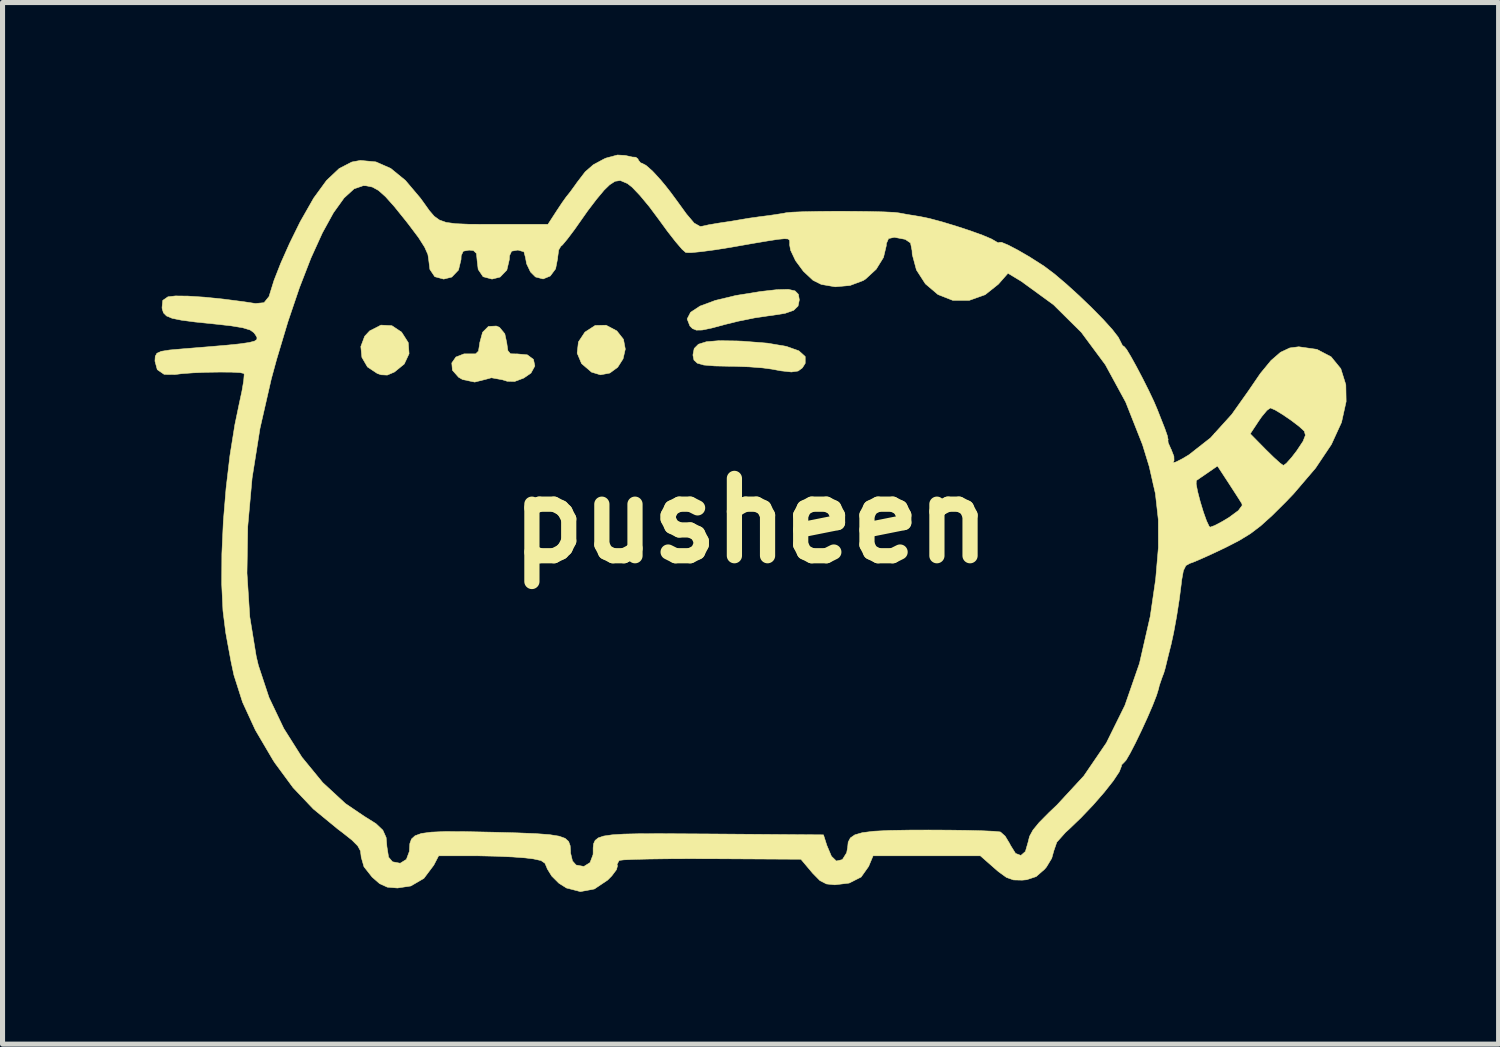
<source format=kicad_pcb>
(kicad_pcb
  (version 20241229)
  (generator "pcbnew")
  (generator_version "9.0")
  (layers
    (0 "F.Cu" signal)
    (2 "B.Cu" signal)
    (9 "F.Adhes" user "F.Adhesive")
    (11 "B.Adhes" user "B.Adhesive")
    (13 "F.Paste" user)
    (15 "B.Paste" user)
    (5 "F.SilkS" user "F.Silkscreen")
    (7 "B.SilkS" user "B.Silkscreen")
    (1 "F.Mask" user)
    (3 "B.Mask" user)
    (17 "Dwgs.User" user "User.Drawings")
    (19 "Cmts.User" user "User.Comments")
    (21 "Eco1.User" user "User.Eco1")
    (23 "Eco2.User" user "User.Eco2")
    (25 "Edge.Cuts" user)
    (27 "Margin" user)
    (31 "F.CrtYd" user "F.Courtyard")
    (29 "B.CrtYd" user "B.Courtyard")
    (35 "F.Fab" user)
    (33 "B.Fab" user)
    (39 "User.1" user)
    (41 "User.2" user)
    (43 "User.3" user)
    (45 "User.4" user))
  (footprint "pusheen"
    (layer "F.Cu")
    (at 11.752 7.214)
    (property "Reference" "pusheen" (at 0 0 0) (layer "F.SilkS") (effects (font (size 1.524 1.524) (thickness 0.3))))
    (attr through_hole)
    (fp_poly (pts (xy -2.644 -3.742) (xy -2.513 -3.576) (xy -2.477 -3.383) (xy -2.521 -3.191) (xy -2.627 -3.025) (xy -2.782 -2.911) (xy -2.967 -2.876) (xy -3.143 -2.929) (xy -3.339 -3.097) (xy -3.426 -3.304) (xy -3.401 -3.524) (xy -3.273 -3.718) (xy -3.071 -3.849) (xy -2.856 -3.854) (xy -2.644 -3.742)) (stroke (width 0.01) (type solid)) (fill yes) (layer "F.SilkS"))
    (fp_poly (pts (xy -7.078 -3.845) (xy -6.887 -3.718) (xy -6.755 -3.511) (xy -6.739 -3.292) (xy -6.834 -3.089) (xy -7.028 -2.931) (xy -7.169 -2.871) (xy -7.289 -2.877) (xy -7.366 -2.903) (xy -7.559 -3.031) (xy -7.669 -3.22) (xy -7.69 -3.434) (xy -7.614 -3.637) (xy -7.516 -3.742) (xy -7.293 -3.856) (xy -7.078 -3.845)) (stroke (width 0.01) (type solid)) (fill yes) (layer "F.SilkS"))
    (fp_poly (pts (xy 0.868 -4.531) (xy 0.935 -4.463) (xy 0.953 -4.354) (xy 0.928 -4.232) (xy 0.841 -4.147) (xy 0.672 -4.088) (xy 0.4 -4.045) (xy 0.339 -4.038) (xy 0.064 -3.997) (xy -0.255 -3.932) (xy -0.502 -3.871) (xy -0.779 -3.797) (xy -0.962 -3.759) (xy -1.078 -3.757) (xy -1.153 -3.788) (xy -1.204 -3.839) (xy -1.258 -3.977) (xy -1.19 -4.109) (xy -1.004 -4.231) (xy -0.705 -4.342) (xy -0.298 -4.44) (xy 0.187 -4.518) (xy 0.513 -4.555) (xy 0.734 -4.561) (xy 0.868 -4.531)) (stroke (width 0.01) (type solid)) (fill yes) (layer "F.SilkS"))
    (fp_poly (pts (xy -0.281 -3.544) (xy -0.163 -3.539) (xy 0.327 -3.5) (xy 0.697 -3.437) (xy 0.944 -3.349) (xy 1.069 -3.237) (xy 1.069 -3.102) (xy 1.013 -3.013) (xy 0.929 -2.951) (xy 0.797 -2.932) (xy 0.589 -2.955) (xy 0.413 -2.988) (xy 0.228 -3.013) (xy -0.034 -3.033) (xy -0.323 -3.044) (xy -0.392 -3.044) (xy -0.714 -3.051) (xy -0.93 -3.069) (xy -1.059 -3.106) (xy -1.124 -3.167) (xy -1.143 -3.258) (xy -1.143 -3.275) (xy -1.119 -3.396) (xy -1.036 -3.479) (xy -0.88 -3.528) (xy -0.633 -3.549) (xy -0.281 -3.544)) (stroke (width 0.01) (type solid)) (fill yes) (layer "F.SilkS"))
    (fp_poly (pts (xy -4.957 -3.812) (xy -4.852 -3.685) (xy -4.814 -3.508) (xy -4.792 -3.353) (xy -4.741 -3.291) (xy -4.629 -3.288) (xy -4.614 -3.289) (xy -4.408 -3.27) (xy -4.287 -3.18) (xy -4.26 -3.05) (xy -4.336 -2.911) (xy -4.479 -2.812) (xy -4.658 -2.745) (xy -4.805 -2.749) (xy -4.901 -2.779) (xy -5.116 -2.818) (xy -5.211 -2.792) (xy -5.445 -2.733) (xy -5.684 -2.783) (xy -5.764 -2.829) (xy -5.885 -2.967) (xy -5.897 -3.11) (xy -5.816 -3.227) (xy -5.656 -3.289) (xy -5.546 -3.289) (xy -5.427 -3.289) (xy -5.371 -3.344) (xy -5.348 -3.488) (xy -5.346 -3.508) (xy -5.29 -3.715) (xy -5.175 -3.83) (xy -5.019 -3.838) (xy -4.957 -3.812)) (stroke (width 0.01) (type solid)) (fill yes) (layer "F.SilkS"))
    (fp_poly (pts (xy -2.477 -7.2) (xy -2.34 -7.169) (xy -2.27 -7.165) (xy -2.224 -7.128) (xy -2.223 -7.112) (xy -2.173 -7.052) (xy -2.152 -7.048) (xy -2.07 -7.005) (xy -1.944 -6.895) (xy -1.882 -6.829) (xy -1.777 -6.713) (xy -1.687 -6.605) (xy -1.588 -6.479) (xy -1.461 -6.307) (xy -1.282 -6.06) (xy -1.271 -6.045) (xy -1.12 -5.867) (xy -1.003 -5.801) (xy -0.966 -5.804) (xy -0.834 -5.833) (xy -0.645 -5.865) (xy -0.601 -5.872) (xy -0.392 -5.903) (xy -0.211 -5.934) (xy -0.188 -5.938) (xy -0.026 -5.965) (xy 0.188 -5.995) (xy 0.254 -6.003) (xy 0.466 -6.032) (xy 0.649 -6.061) (xy 0.689 -6.07) (xy 0.814 -6.082) (xy 1.037 -6.091) (xy 1.33 -6.097) (xy 1.663 -6.1) (xy 2.008 -6.099) (xy 2.336 -6.095) (xy 2.618 -6.088) (xy 2.826 -6.078) (xy 2.918 -6.067) (xy 3.086 -6.036) (xy 3.295 -6.002) (xy 3.327 -5.997) (xy 3.516 -5.958) (xy 3.767 -5.891) (xy 4.047 -5.806) (xy 4.324 -5.715) (xy 4.565 -5.628) (xy 4.738 -5.555) (xy 4.801 -5.519) (xy 4.874 -5.476) (xy 4.889 -5.486) (xy 4.939 -5.488) (xy 5.071 -5.433) (xy 5.262 -5.333) (xy 5.49 -5.201) (xy 5.73 -5.048) (xy 5.789 -5.009) (xy 5.984 -4.862) (xy 6.217 -4.664) (xy 6.468 -4.436) (xy 6.717 -4.197) (xy 6.942 -3.968) (xy 7.123 -3.768) (xy 7.239 -3.618) (xy 7.269 -3.56) (xy 7.322 -3.455) (xy 7.36 -3.429) (xy 7.404 -3.376) (xy 7.488 -3.236) (xy 7.598 -3.037) (xy 7.72 -2.805) (xy 7.839 -2.568) (xy 7.941 -2.353) (xy 8.01 -2.191) (xy 8.066 -2.048) (xy 8.14 -1.861) (xy 8.154 -1.826) (xy 8.206 -1.678) (xy 8.223 -1.594) (xy 8.218 -1.588) (xy 8.223 -1.539) (xy 8.275 -1.42) (xy 8.283 -1.405) (xy 8.336 -1.269) (xy 8.339 -1.185) (xy 8.337 -1.183) (xy 8.314 -1.141) (xy 8.379 -1.159) (xy 8.512 -1.227) (xy 8.633 -1.3) (xy 9.06 -1.635) (xy 9.131 -1.714) (xy 9.841 -1.714) (xy 10.143 -1.407) (xy 10.302 -1.251) (xy 10.428 -1.137) (xy 10.493 -1.09) (xy 10.552 -1.131) (xy 10.658 -1.25) (xy 10.758 -1.38) (xy 10.882 -1.567) (xy 10.928 -1.686) (xy 10.907 -1.764) (xy 10.905 -1.767) (xy 10.807 -1.857) (xy 10.654 -1.974) (xy 10.483 -2.091) (xy 10.332 -2.183) (xy 10.24 -2.222) (xy 10.236 -2.223) (xy 10.169 -2.174) (xy 10.066 -2.05) (xy 10.009 -1.968) (xy 9.841 -1.714) (xy 9.131 -1.714) (xy 9.476 -2.095) (xy 9.798 -2.549) (xy 10.041 -2.904) (xy 10.249 -3.157) (xy 10.437 -3.32) (xy 10.62 -3.406) (xy 10.797 -3.429) (xy 11.155 -3.378) (xy 11.434 -3.232) (xy 11.626 -2.997) (xy 11.725 -2.68) (xy 11.731 -2.35) (xy 11.64 -1.939) (xy 11.44 -1.503) (xy 11.127 -1.036) (xy 10.697 -0.533) (xy 10.541 -0.37) (xy 10.268 -0.099) (xy 10.046 0.101) (xy 9.843 0.255) (xy 9.627 0.387) (xy 9.365 0.522) (xy 9.359 0.525) (xy 9.1 0.648) (xy 8.872 0.751) (xy 8.707 0.821) (xy 8.65 0.84) (xy 8.572 0.884) (xy 8.523 0.984) (xy 8.489 1.172) (xy 8.481 1.247) (xy 8.442 1.55) (xy 8.389 1.89) (xy 8.331 2.208) (xy 8.283 2.429) (xy 8.225 2.659) (xy 8.174 2.869) (xy 8.161 2.921) (xy 8.133 3.015) (xy 8.125 3.032) (xy 8.1 3.098) (xy 8.096 3.111) (xy 8.07 3.186) (xy 8.068 3.191) (xy 8.046 3.258) (xy 8.035 3.31) (xy 7.994 3.442) (xy 7.916 3.642) (xy 7.812 3.883) (xy 7.695 4.138) (xy 7.578 4.38) (xy 7.473 4.583) (xy 7.394 4.719) (xy 7.354 4.763) (xy 7.305 4.812) (xy 7.303 4.836) (xy 7.259 4.949) (xy 7.14 5.128) (xy 6.963 5.352) (xy 6.746 5.601) (xy 6.506 5.853) (xy 6.26 6.089) (xy 6.201 6.142) (xy 6.028 6.336) (xy 5.969 6.506) (xy 5.928 6.653) (xy 5.825 6.824) (xy 5.788 6.868) (xy 5.621 7.014) (xy 5.433 7.076) (xy 5.345 7.084) (xy 5.176 7.08) (xy 5.036 7.031) (xy 4.877 6.916) (xy 4.802 6.851) (xy 4.521 6.604) (xy 2.407 6.604) (xy 2.319 6.814) (xy 2.171 7.023) (xy 1.935 7.142) (xy 1.653 7.176) (xy 1.488 7.159) (xy 1.359 7.093) (xy 1.217 6.949) (xy 1.196 6.924) (xy 0.984 6.672) (xy -0.772 6.662) (xy -1.234 6.661) (xy -1.655 6.663) (xy -2.019 6.668) (xy -2.309 6.675) (xy -2.507 6.684) (xy -2.597 6.695) (xy -2.599 6.696) (xy -2.64 6.774) (xy -2.631 6.802) (xy -2.651 6.877) (xy -2.744 7.001) (xy -2.825 7.083) (xy -3.086 7.258) (xy -3.362 7.31) (xy -3.637 7.239) (xy -3.787 7.144) (xy -3.927 7.004) (xy -4.016 6.86) (xy -4.024 6.836) (xy -4.061 6.751) (xy -4.138 6.698) (xy -4.288 6.665) (xy -4.453 6.645) (xy -4.694 6.627) (xy -5.009 6.613) (xy -5.346 6.605) (xy -5.5 6.604) (xy -6.156 6.604) (xy -6.252 6.789) (xy -6.447 7.049) (xy -6.704 7.199) (xy -6.968 7.239) (xy -7.169 7.222) (xy -7.321 7.152) (xy -7.468 7.023) (xy -7.628 6.82) (xy -7.683 6.629) (xy -7.684 6.613) (xy -7.697 6.508) (xy -7.75 6.41) (xy -7.863 6.296) (xy -8.056 6.143) (xy -8.144 6.077) (xy -8.626 5.681) (xy -9.025 5.261) (xy -9.385 4.772) (xy -9.422 4.715) (xy -9.769 4.125) (xy -10.021 3.577) (xy -10.191 3.044) (xy -10.248 2.778) (xy -10.277 2.62) (xy -10.319 2.394) (xy -10.353 2.206) (xy -10.407 1.776) (xy -10.432 1.25) (xy -10.431 1.033) (xy -9.934 1.033) (xy -9.879 1.892) (xy -9.752 2.671) (xy -9.71 2.849) (xy -9.5 3.483) (xy -9.209 4.094) (xy -8.851 4.661) (xy -8.441 5.161) (xy -7.994 5.574) (xy -7.625 5.824) (xy -7.392 5.97) (xy -7.256 6.099) (xy -7.191 6.244) (xy -7.176 6.422) (xy -7.143 6.631) (xy -7.066 6.722) (xy -6.914 6.751) (xy -6.792 6.675) (xy -6.733 6.516) (xy -6.731 6.478) (xy -6.724 6.363) (xy -6.692 6.274) (xy -6.621 6.209) (xy -6.497 6.164) (xy -6.306 6.138) (xy -6.034 6.126) (xy -5.666 6.127) (xy -5.188 6.137) (xy -5.088 6.139) (xy -4.608 6.152) (xy -4.241 6.167) (xy -3.971 6.187) (xy -3.783 6.217) (xy -3.663 6.26) (xy -3.595 6.321) (xy -3.564 6.404) (xy -3.556 6.511) (xy -3.556 6.549) (xy -3.518 6.706) (xy -3.447 6.786) (xy -3.294 6.814) (xy -3.172 6.738) (xy -3.113 6.582) (xy -3.111 6.55) (xy -3.111 6.448) (xy -3.102 6.366) (xy -3.072 6.301) (xy -3.01 6.251) (xy -2.903 6.215) (xy -2.739 6.191) (xy -2.506 6.176) (xy -2.192 6.169) (xy -1.785 6.168) (xy -1.273 6.171) (xy -0.762 6.174) (xy 1.429 6.191) (xy 1.495 6.398) (xy 1.586 6.613) (xy 1.683 6.707) (xy 1.791 6.682) (xy 1.807 6.67) (xy 1.886 6.544) (xy 1.905 6.441) (xy 1.916 6.334) (xy 1.959 6.252) (xy 2.047 6.191) (xy 2.195 6.148) (xy 2.418 6.12) (xy 2.729 6.104) (xy 3.143 6.097) (xy 3.501 6.096) (xy 3.903 6.098) (xy 4.264 6.103) (xy 4.566 6.111) (xy 4.787 6.121) (xy 4.907 6.133) (xy 4.918 6.135) (xy 5.01 6.217) (xy 5.1 6.366) (xy 5.113 6.394) (xy 5.215 6.557) (xy 5.32 6.597) (xy 5.409 6.519) (xy 5.461 6.339) (xy 5.491 6.22) (xy 5.558 6.097) (xy 5.679 5.949) (xy 5.87 5.756) (xy 6.032 5.602) (xy 6.56 5.031) (xy 7.005 4.379) (xy 7.37 3.64) (xy 7.658 2.81) (xy 7.87 1.884) (xy 7.977 1.149) (xy 8.03 0.528) (xy 8.029 -0.019) (xy 7.971 -0.537) (xy 7.928 -0.723) (xy 8.775 -0.723) (xy 8.804 -0.573) (xy 8.855 -0.377) (xy 8.917 -0.173) (xy 8.979 0.001) (xy 9.03 0.109) (xy 9.049 0.127) (xy 9.138 0.095) (xy 9.293 0.013) (xy 9.421 -0.064) (xy 9.606 -0.2) (xy 9.681 -0.301) (xy 9.677 -0.334) (xy 9.619 -0.427) (xy 9.516 -0.587) (xy 9.413 -0.746) (xy 9.195 -1.079) (xy 8.995 -0.941) (xy 8.862 -0.85) (xy 8.784 -0.796) (xy 8.778 -0.792) (xy 8.775 -0.723) (xy 7.928 -0.723) (xy 7.85 -1.068) (xy 7.718 -1.498) (xy 7.386 -2.338) (xy 6.985 -3.075) (xy 6.512 -3.713) (xy 5.961 -4.259) (xy 5.33 -4.718) (xy 5.279 -4.749) (xy 5.066 -4.878) (xy 4.876 -4.662) (xy 4.616 -4.455) (xy 4.304 -4.344) (xy 3.977 -4.344) (xy 3.977 -4.344) (xy 3.685 -4.459) (xy 3.438 -4.669) (xy 3.261 -4.944) (xy 3.178 -5.253) (xy 3.175 -5.325) (xy 3.145 -5.475) (xy 3.041 -5.546) (xy 3.032 -5.548) (xy 2.826 -5.587) (xy 2.712 -5.562) (xy 2.669 -5.464) (xy 2.667 -5.421) (xy 2.612 -5.19) (xy 2.468 -4.957) (xy 2.261 -4.766) (xy 2.212 -4.734) (xy 1.952 -4.637) (xy 1.66 -4.611) (xy 1.386 -4.658) (xy 1.222 -4.74) (xy 1.034 -4.916) (xy 0.878 -5.127) (xy 0.781 -5.332) (xy 0.762 -5.437) (xy 0.764 -5.492) (xy 0.759 -5.531) (xy 0.73 -5.554) (xy 0.661 -5.559) (xy 0.534 -5.547) (xy 0.334 -5.516) (xy 0.042 -5.467) (xy -0.356 -5.397) (xy -0.39 -5.391) (xy -0.701 -5.341) (xy -0.971 -5.305) (xy -1.174 -5.285) (xy -1.281 -5.286) (xy -1.286 -5.288) (xy -1.358 -5.351) (xy -1.484 -5.498) (xy -1.645 -5.704) (xy -1.815 -5.937) (xy -2.004 -6.191) (xy -2.187 -6.411) (xy -2.341 -6.573) (xy -2.435 -6.647) (xy -2.575 -6.706) (xy -2.679 -6.691) (xy -2.787 -6.621) (xy -2.894 -6.517) (xy -3.045 -6.336) (xy -3.218 -6.109) (xy -3.32 -5.964) (xy -3.479 -5.738) (xy -3.617 -5.555) (xy -3.714 -5.438) (xy -3.749 -5.408) (xy -3.79 -5.337) (xy -3.81 -5.192) (xy -3.81 -5.174) (xy -3.851 -4.965) (xy -3.956 -4.824) (xy -4.097 -4.766) (xy -4.247 -4.805) (xy -4.346 -4.904) (xy -4.423 -5.066) (xy -4.445 -5.189) (xy -4.475 -5.301) (xy -4.588 -5.334) (xy -4.604 -5.334) (xy -4.718 -5.313) (xy -4.759 -5.224) (xy -4.763 -5.148) (xy -4.812 -4.941) (xy -4.945 -4.803) (xy -5.104 -4.763) (xy -5.28 -4.81) (xy -5.377 -4.954) (xy -5.397 -5.124) (xy -5.411 -5.269) (xy -5.471 -5.326) (xy -5.556 -5.334) (xy -5.671 -5.313) (xy -5.712 -5.224) (xy -5.715 -5.148) (xy -5.765 -4.941) (xy -5.897 -4.803) (xy -6.056 -4.763) (xy -6.232 -4.81) (xy -6.329 -4.954) (xy -6.35 -5.126) (xy -6.368 -5.248) (xy -6.432 -5.392) (xy -6.552 -5.581) (xy -6.744 -5.836) (xy -6.8 -5.908) (xy -7.029 -6.192) (xy -7.203 -6.387) (xy -7.341 -6.51) (xy -7.462 -6.577) (xy -7.584 -6.602) (xy -7.643 -6.604) (xy -7.823 -6.542) (xy -8.02 -6.362) (xy -8.23 -6.07) (xy -8.448 -5.673) (xy -8.673 -5.178) (xy -8.9 -4.593) (xy -9.127 -3.923) (xy -9.351 -3.176) (xy -9.455 -2.794) (xy -9.678 -1.818) (xy -9.833 -0.842) (xy -9.919 0.115) (xy -9.934 1.033) (xy -10.431 1.033) (xy -10.429 0.654) (xy -10.4 0.015) (xy -10.346 -0.64) (xy -10.27 -1.285) (xy -10.173 -1.893) (xy -10.087 -2.306) (xy -10.033 -2.557) (xy -9.999 -2.759) (xy -9.989 -2.881) (xy -9.994 -2.903) (xy -10.072 -2.92) (xy -10.245 -2.929) (xy -10.478 -2.93) (xy -10.74 -2.926) (xy -10.998 -2.915) (xy -11.219 -2.899) (xy -11.351 -2.882) (xy -11.565 -2.884) (xy -11.702 -2.978) (xy -11.748 -3.147) (xy -11.742 -3.241) (xy -11.709 -3.301) (xy -11.624 -3.339) (xy -11.464 -3.365) (xy -11.203 -3.388) (xy -11.176 -3.39) (xy -10.699 -3.429) (xy -10.335 -3.46) (xy -10.071 -3.487) (xy -9.892 -3.513) (xy -9.786 -3.54) (xy -9.739 -3.573) (xy -9.737 -3.613) (xy -9.767 -3.665) (xy -9.797 -3.706) (xy -9.872 -3.76) (xy -10.022 -3.805) (xy -10.264 -3.844) (xy -10.573 -3.878) (xy -10.953 -3.917) (xy -11.225 -3.953) (xy -11.408 -3.99) (xy -11.519 -4.036) (xy -11.579 -4.096) (xy -11.605 -4.175) (xy -11.608 -4.203) (xy -11.594 -4.343) (xy -11.492 -4.414) (xy -11.491 -4.414) (xy -11.344 -4.431) (xy -11.097 -4.428) (xy -10.774 -4.407) (xy -10.399 -4.369) (xy -9.997 -4.317) (xy -9.767 -4.282) (xy -9.598 -4.298) (xy -9.499 -4.42) (xy -9.482 -4.477) (xy -9.401 -4.738) (xy -9.268 -5.077) (xy -9.095 -5.466) (xy -8.895 -5.873) (xy -8.885 -5.893) (xy -8.619 -6.36) (xy -8.366 -6.707) (xy -8.117 -6.942) (xy -7.867 -7.071) (xy -7.699 -7.102) (xy -7.392 -7.073) (xy -7.101 -6.945) (xy -6.812 -6.709) (xy -6.516 -6.359) (xy -6.445 -6.261) (xy -6.338 -6.111) (xy -6.243 -6.001) (xy -6.14 -5.927) (xy -6.007 -5.88) (xy -5.821 -5.855) (xy -5.56 -5.844) (xy -5.203 -5.842) (xy -5.037 -5.842) (xy -4.002 -5.842) (xy -3.827 -6.112) (xy -3.72 -6.273) (xy -3.64 -6.385) (xy -3.617 -6.413) (xy -3.562 -6.482) (xy -3.466 -6.614) (xy -3.428 -6.668) (xy -3.268 -6.877) (xy -3.109 -7.016) (xy -2.9 -7.129) (xy -2.858 -7.148) (xy -2.631 -7.209) (xy -2.477 -7.2)) (stroke (width 0.01) (type solid)) (fill yes) (layer "F.SilkS")))
  (gr_rect
    (start -3 -3)
    (end 26.488 17.53)
    (stroke (width 0.1) (type default))
    (fill no)
    (layer "Edge.Cuts")))
</source>
